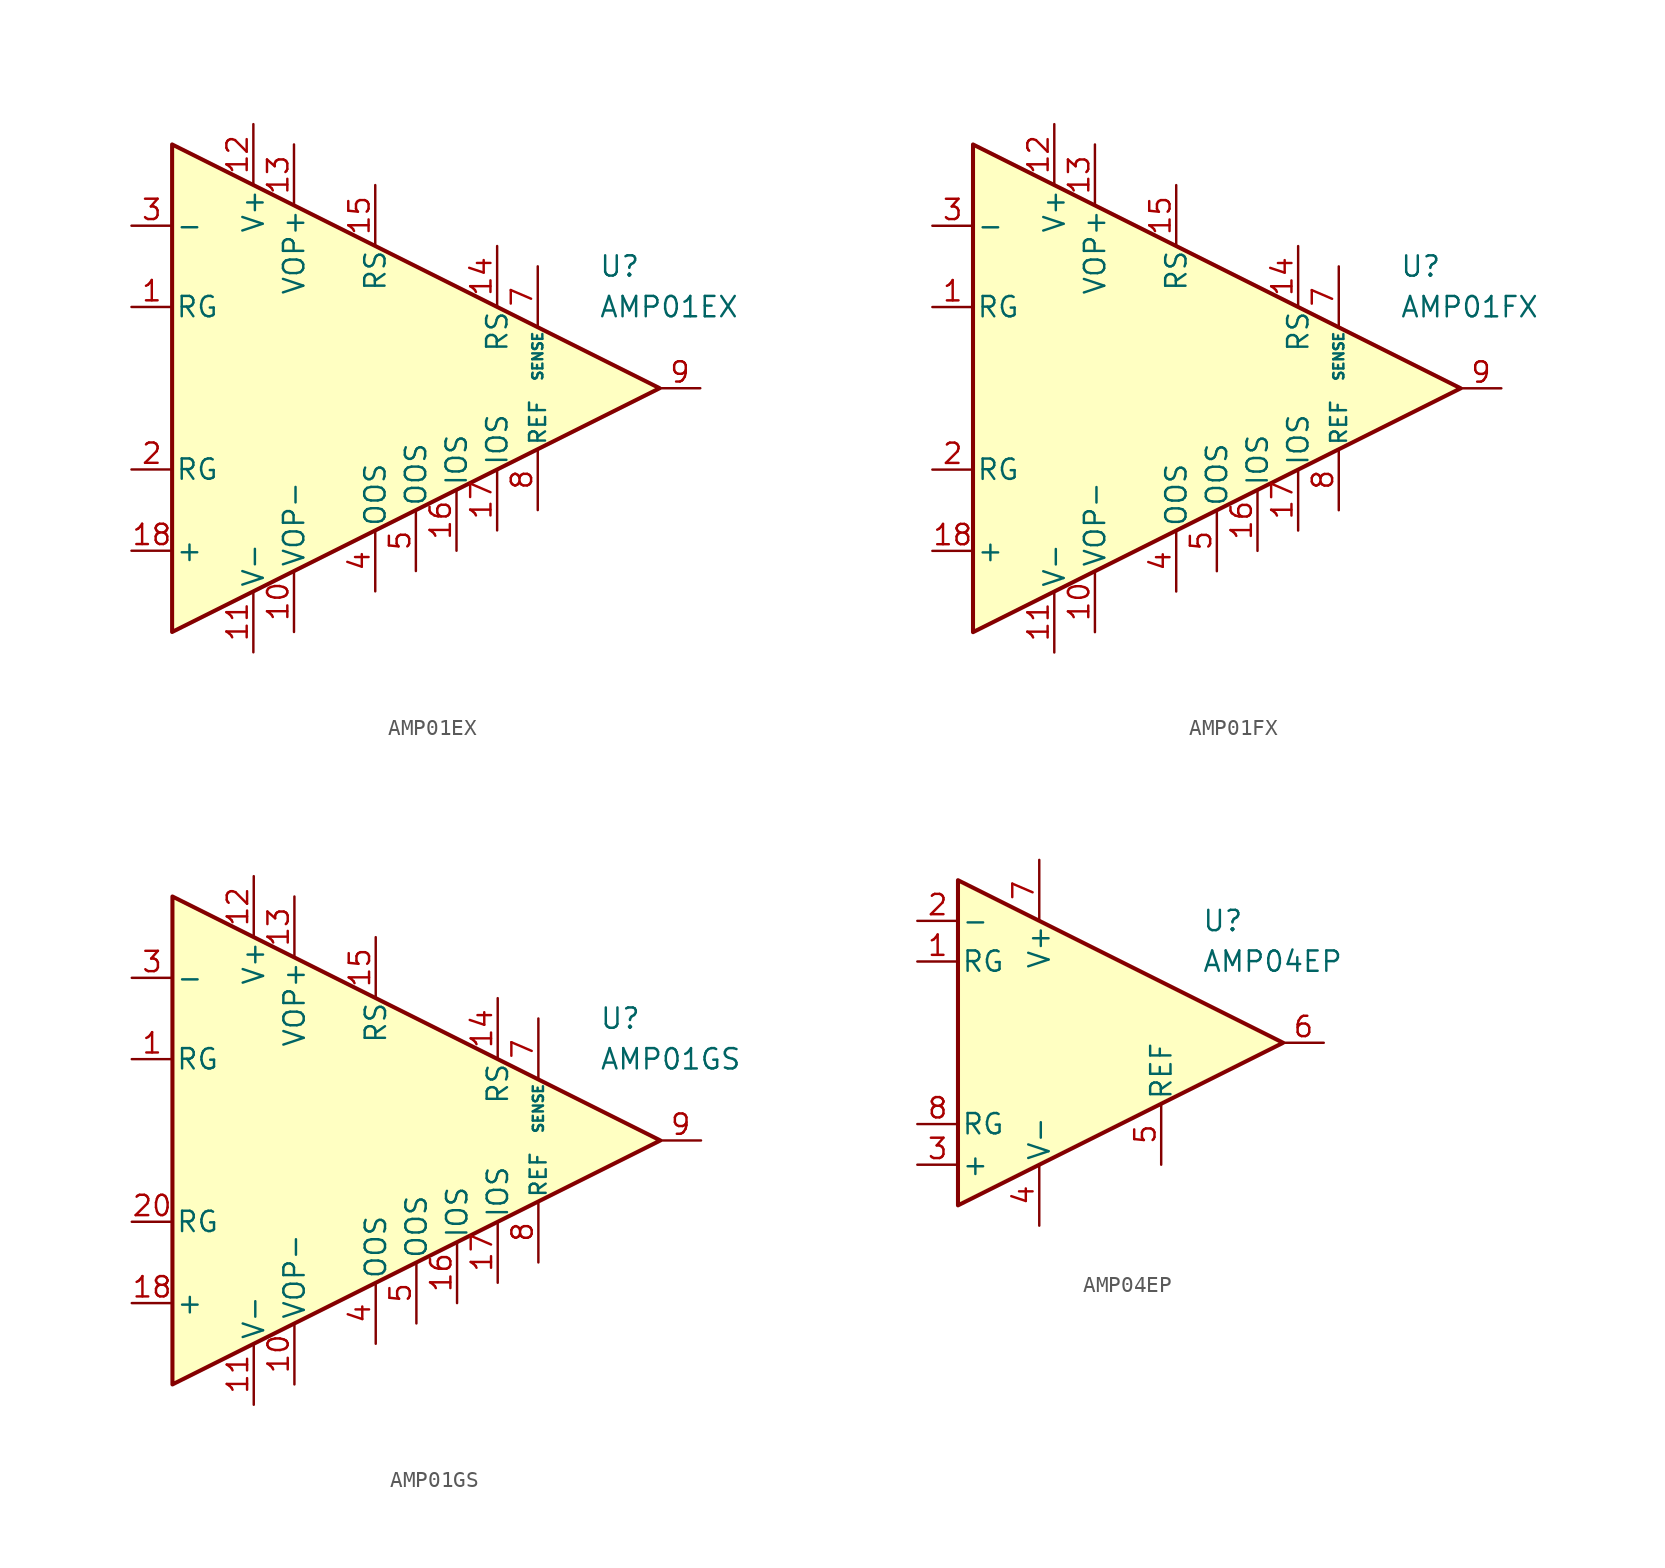
<source format=kicad_sym>
(kicad_symbol_lib
  (version 20231120)
  (generator "kicad_symbol_editor")
  (generator_version "8.0")
  (symbol "AMP01EX"
    (pin_names
      (offset 0.2))
    (property "Reference" "U"
      (at 17.78 7.62 0)
      (effects (font (size 1.27 1.27)) (justify left)))
    (property "Value" "AMP01EX"
      (at 17.78 5.08 0)
      (effects (font (size 1.27 1.27)) (justify left)))
    (symbol "AMP01EX_0_1"
      (polyline (pts (xy -8.89 15.24) (xy -8.89 -15.24) (xy 21.59 0) (xy -8.89 15.24)) (stroke (width 0.254) (type default)) (fill (type background))))
    (symbol "AMP01EX_1_1"
      (pin passive line (at -11.43 5.08 0) (length 2.54) (name "RG" (effects (font (size 1.27 1.27)))) (number "1" (effects (font (size 1.27 1.27)))))
      (pin power_in line (at -1.27 -15.24 90) (length 3.81) (name "VOP-" (effects (font (size 1.27 1.27)))) (number "10" (effects (font (size 1.27 1.27)))))
      (pin power_in line (at -3.81 -16.51 90) (length 3.81) (name "V-" (effects (font (size 1.27 1.27)))) (number "11" (effects (font (size 1.27 1.27)))))
      (pin power_in line (at -3.81 16.51 270) (length 3.81) (name "V+" (effects (font (size 1.27 1.27)))) (number "12" (effects (font (size 1.27 1.27)))))
      (pin power_in line (at -1.27 15.24 270) (length 3.81) (name "VOP+" (effects (font (size 1.27 1.27)))) (number "13" (effects (font (size 1.27 1.27)))))
      (pin passive line (at 11.43 8.89 270) (length 3.81) (name "RS" (effects (font (size 1.27 1.27)))) (number "14" (effects (font (size 1.27 1.27)))))
      (pin passive line (at 3.81 12.7 270) (length 3.81) (name "RS" (effects (font (size 1.27 1.27)))) (number "15" (effects (font (size 1.27 1.27)))))
      (pin passive line (at 8.89 -10.16 90) (length 3.81) (name "IOS" (effects (font (size 1.27 1.27)))) (number "16" (effects (font (size 1.27 1.27)))))
      (pin passive line (at 11.43 -8.89 90) (length 3.81) (name "IOS" (effects (font (size 1.27 1.27)))) (number "17" (effects (font (size 1.27 1.27)))))
      (pin input line (at -11.43 -10.16 0) (length 2.54) (name "+" (effects (font (size 1.27 1.27)))) (number "18" (effects (font (size 1.27 1.27)))))
      (pin passive line (at -11.43 -5.08 0) (length 2.54) (name "RG" (effects (font (size 1.27 1.27)))) (number "2" (effects (font (size 1.27 1.27)))))
      (pin input line (at -11.43 10.16 0) (length 2.54) (name "-" (effects (font (size 1.27 1.27)))) (number "3" (effects (font (size 1.27 1.27)))))
      (pin passive line (at 3.81 -12.7 90) (length 3.81) (name "OOS" (effects (font (size 1.27 1.27)))) (number "4" (effects (font (size 1.27 1.27)))))
      (pin passive line (at 6.35 -11.43 90) (length 3.81) (name "OOS" (effects (font (size 1.27 1.27)))) (number "5" (effects (font (size 1.27 1.27)))))
      (pin no_connect line (at 0 0 0) (length 2.54) hide (name "NC" (effects (font (size 1.27 1.27)))) (number "6" (effects (font (size 1.27 1.27)))))
      (pin input line (at 13.97 7.62 270) (length 3.81) (name "SENSE" (effects (font (size 0.635 0.635)))) (number "7" (effects (font (size 1.27 1.27)))))
      (pin input line (at 13.97 -7.62 90) (length 3.81) (name "REF" (effects (font (size 1 1)))) (number "8" (effects (font (size 1.27 1.27)))))
      (pin output line (at 24.13 0 180) (length 2.54) (name "~" (effects (font (size 1.27 1.27)))) (number "9" (effects (font (size 1.27 1.27)))))))
  (symbol "AMP01FX"
    (pin_names
      (offset 0.2))
    (property "Reference" "U"
      (at 17.78 7.62 0)
      (effects (font (size 1.27 1.27)) (justify left)))
    (property "Value" "AMP01FX"
      (at 17.78 5.08 0)
      (effects (font (size 1.27 1.27)) (justify left)))
    (symbol "AMP01FX_0_1"
      (polyline (pts (xy -8.89 15.24) (xy -8.89 -15.24) (xy 21.59 0) (xy -8.89 15.24)) (stroke (width 0.254) (type default)) (fill (type background))))
    (symbol "AMP01FX_1_1"
      (pin passive line (at -11.43 5.08 0) (length 2.54) (name "RG" (effects (font (size 1.27 1.27)))) (number "1" (effects (font (size 1.27 1.27)))))
      (pin power_in line (at -1.27 -15.24 90) (length 3.81) (name "VOP-" (effects (font (size 1.27 1.27)))) (number "10" (effects (font (size 1.27 1.27)))))
      (pin power_in line (at -3.81 -16.51 90) (length 3.81) (name "V-" (effects (font (size 1.27 1.27)))) (number "11" (effects (font (size 1.27 1.27)))))
      (pin power_in line (at -3.81 16.51 270) (length 3.81) (name "V+" (effects (font (size 1.27 1.27)))) (number "12" (effects (font (size 1.27 1.27)))))
      (pin power_in line (at -1.27 15.24 270) (length 3.81) (name "VOP+" (effects (font (size 1.27 1.27)))) (number "13" (effects (font (size 1.27 1.27)))))
      (pin passive line (at 11.43 8.89 270) (length 3.81) (name "RS" (effects (font (size 1.27 1.27)))) (number "14" (effects (font (size 1.27 1.27)))))
      (pin passive line (at 3.81 12.7 270) (length 3.81) (name "RS" (effects (font (size 1.27 1.27)))) (number "15" (effects (font (size 1.27 1.27)))))
      (pin passive line (at 8.89 -10.16 90) (length 3.81) (name "IOS" (effects (font (size 1.27 1.27)))) (number "16" (effects (font (size 1.27 1.27)))))
      (pin passive line (at 11.43 -8.89 90) (length 3.81) (name "IOS" (effects (font (size 1.27 1.27)))) (number "17" (effects (font (size 1.27 1.27)))))
      (pin input line (at -11.43 -10.16 0) (length 2.54) (name "+" (effects (font (size 1.27 1.27)))) (number "18" (effects (font (size 1.27 1.27)))))
      (pin passive line (at -11.43 -5.08 0) (length 2.54) (name "RG" (effects (font (size 1.27 1.27)))) (number "2" (effects (font (size 1.27 1.27)))))
      (pin input line (at -11.43 10.16 0) (length 2.54) (name "-" (effects (font (size 1.27 1.27)))) (number "3" (effects (font (size 1.27 1.27)))))
      (pin passive line (at 3.81 -12.7 90) (length 3.81) (name "OOS" (effects (font (size 1.27 1.27)))) (number "4" (effects (font (size 1.27 1.27)))))
      (pin passive line (at 6.35 -11.43 90) (length 3.81) (name "OOS" (effects (font (size 1.27 1.27)))) (number "5" (effects (font (size 1.27 1.27)))))
      (pin no_connect line (at 0 0 0) (length 2.54) hide (name "NC" (effects (font (size 1.27 1.27)))) (number "6" (effects (font (size 1.27 1.27)))))
      (pin input line (at 13.97 7.62 270) (length 3.81) (name "SENSE" (effects (font (size 0.635 0.635)))) (number "7" (effects (font (size 1.27 1.27)))))
      (pin input line (at 13.97 -7.62 90) (length 3.81) (name "REF" (effects (font (size 1 1)))) (number "8" (effects (font (size 1.27 1.27)))))
      (pin output line (at 24.13 0 180) (length 2.54) (name "~" (effects (font (size 1.27 1.27)))) (number "9" (effects (font (size 1.27 1.27)))))))
  (symbol "AMP01GS"
    (pin_names
      (offset 0.2))
    (property "Reference" "U"
      (at 17.78 7.62 0)
      (effects (font (size 1.27 1.27)) (justify left)))
    (property "Value" "AMP01GS"
      (at 17.78 5.08 0)
      (effects (font (size 1.27 1.27)) (justify left)))
    (symbol "AMP01GS_0_1"
      (polyline (pts (xy -8.89 15.24) (xy -8.89 -15.24) (xy 21.59 0) (xy -8.89 15.24)) (stroke (width 0.254) (type default)) (fill (type background))))
    (symbol "AMP01GS_1_1"
      (pin passive line (at -11.43 5.08 0) (length 2.54) (name "RG" (effects (font (size 1.27 1.27)))) (number "1" (effects (font (size 1.27 1.27)))))
      (pin power_in line (at -1.27 -15.24 90) (length 3.81) (name "VOP-" (effects (font (size 1.27 1.27)))) (number "10" (effects (font (size 1.27 1.27)))))
      (pin power_in line (at -3.81 -16.51 90) (length 3.81) (name "V-" (effects (font (size 1.27 1.27)))) (number "11" (effects (font (size 1.27 1.27)))))
      (pin power_in line (at -3.81 16.51 270) (length 3.81) (name "V+" (effects (font (size 1.27 1.27)))) (number "12" (effects (font (size 1.27 1.27)))))
      (pin power_in line (at -1.27 15.24 270) (length 3.81) (name "VOP+" (effects (font (size 1.27 1.27)))) (number "13" (effects (font (size 1.27 1.27)))))
      (pin passive line (at 11.43 8.89 270) (length 3.81) (name "RS" (effects (font (size 1.27 1.27)))) (number "14" (effects (font (size 1.27 1.27)))))
      (pin passive line (at 3.81 12.7 270) (length 3.81) (name "RS" (effects (font (size 1.27 1.27)))) (number "15" (effects (font (size 1.27 1.27)))))
      (pin passive line (at 8.89 -10.16 90) (length 3.81) (name "IOS" (effects (font (size 1.27 1.27)))) (number "16" (effects (font (size 1.27 1.27)))))
      (pin passive line (at 11.43 -8.89 90) (length 3.81) (name "IOS" (effects (font (size 1.27 1.27)))) (number "17" (effects (font (size 1.27 1.27)))))
      (pin input line (at -11.43 -10.16 0) (length 2.54) (name "+" (effects (font (size 1.27 1.27)))) (number "18" (effects (font (size 1.27 1.27)))))
      (pin no_connect line (at -1.27 -2.54 0) (length 2.54) hide (name "NC" (effects (font (size 1.27 1.27)))) (number "19" (effects (font (size 1.27 1.27)))))
      (pin no_connect line (at -1.27 2.54 0) (length 2.54) hide (name "NC" (effects (font (size 1.27 1.27)))) (number "2" (effects (font (size 1.27 1.27)))))
      (pin passive line (at -11.43 -5.08 0) (length 2.54) (name "RG" (effects (font (size 1.27 1.27)))) (number "20" (effects (font (size 1.27 1.27)))))
      (pin input line (at -11.43 10.16 0) (length 2.54) (name "-" (effects (font (size 1.27 1.27)))) (number "3" (effects (font (size 1.27 1.27)))))
      (pin passive line (at 3.81 -12.7 90) (length 3.81) (name "OOS" (effects (font (size 1.27 1.27)))) (number "4" (effects (font (size 1.27 1.27)))))
      (pin passive line (at 6.35 -11.43 90) (length 3.81) (name "OOS" (effects (font (size 1.27 1.27)))) (number "5" (effects (font (size 1.27 1.27)))))
      (pin no_connect line (at -1.27 0 0) (length 2.54) hide (name "NC" (effects (font (size 1.27 1.27)))) (number "6" (effects (font (size 1.27 1.27)))))
      (pin input line (at 13.97 7.62 270) (length 3.81) (name "SENSE" (effects (font (size 0.635 0.635)))) (number "7" (effects (font (size 1.27 1.27)))))
      (pin input line (at 13.97 -7.62 90) (length 3.81) (name "REF" (effects (font (size 1 1)))) (number "8" (effects (font (size 1.27 1.27)))))
      (pin output line (at 24.13 0 180) (length 2.54) (name "~" (effects (font (size 1.27 1.27)))) (number "9" (effects (font (size 1.27 1.27)))))))
  (symbol "AMP04EP"
    (pin_names
      (offset 0.2))
    (property "Reference" "U"
      (at 6.35 7.62 0)
      (effects (font (size 1.27 1.27)) (justify left)))
    (property "Value" "AMP04EP"
      (at 6.35 5.08 0)
      (effects (font (size 1.27 1.27)) (justify left)))
    (symbol "AMP04EP_0_1"
      (polyline (pts (xy -8.89 10.16) (xy -8.89 -10.16) (xy 11.43 0) (xy -8.89 10.16)) (stroke (width 0.254) (type default)) (fill (type background))))
    (symbol "AMP04EP_1_1"
      (pin passive line (at -11.43 5.08 0) (length 2.54) (name "RG" (effects (font (size 1.27 1.27)))) (number "1" (effects (font (size 1.27 1.27)))))
      (pin input line (at -11.43 7.62 0) (length 2.54) (name "-" (effects (font (size 1.27 1.27)))) (number "2" (effects (font (size 1.27 1.27)))))
      (pin input line (at -11.43 -7.62 0) (length 2.54) (name "+" (effects (font (size 1.27 1.27)))) (number "3" (effects (font (size 1.27 1.27)))))
      (pin power_in line (at -3.81 -11.43 90) (length 3.81) (name "V-" (effects (font (size 1.27 1.27)))) (number "4" (effects (font (size 1.27 1.27)))))
      (pin input line (at 3.81 -7.62 90) (length 3.81) (name "REF" (effects (font (size 1.27 1.27)))) (number "5" (effects (font (size 1.27 1.27)))))
      (pin output line (at 13.97 0 180) (length 2.54) (name "~" (effects (font (size 1.27 1.27)))) (number "6" (effects (font (size 1.27 1.27)))))
      (pin power_in line (at -3.81 11.43 270) (length 3.81) (name "V+" (effects (font (size 1.27 1.27)))) (number "7" (effects (font (size 1.27 1.27)))))
      (pin passive line (at -11.43 -5.08 0) (length 2.54) (name "RG" (effects (font (size 1.27 1.27)))) (number "8" (effects (font (size 1.27 1.27))))))))
</source>
